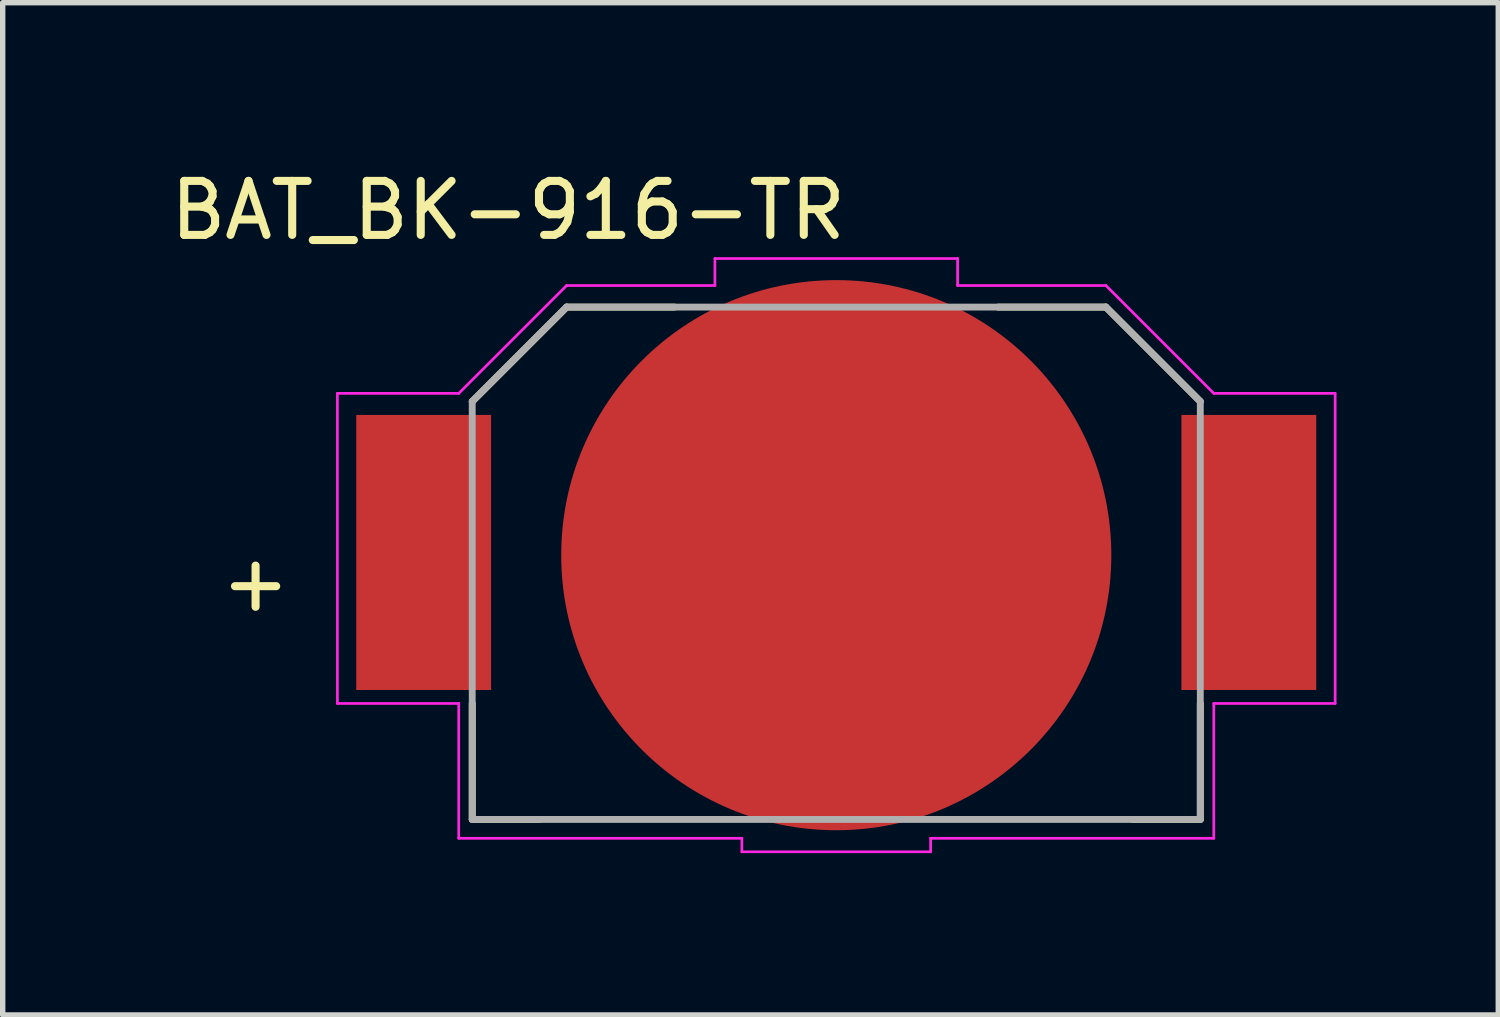
<source format=kicad_pcb>
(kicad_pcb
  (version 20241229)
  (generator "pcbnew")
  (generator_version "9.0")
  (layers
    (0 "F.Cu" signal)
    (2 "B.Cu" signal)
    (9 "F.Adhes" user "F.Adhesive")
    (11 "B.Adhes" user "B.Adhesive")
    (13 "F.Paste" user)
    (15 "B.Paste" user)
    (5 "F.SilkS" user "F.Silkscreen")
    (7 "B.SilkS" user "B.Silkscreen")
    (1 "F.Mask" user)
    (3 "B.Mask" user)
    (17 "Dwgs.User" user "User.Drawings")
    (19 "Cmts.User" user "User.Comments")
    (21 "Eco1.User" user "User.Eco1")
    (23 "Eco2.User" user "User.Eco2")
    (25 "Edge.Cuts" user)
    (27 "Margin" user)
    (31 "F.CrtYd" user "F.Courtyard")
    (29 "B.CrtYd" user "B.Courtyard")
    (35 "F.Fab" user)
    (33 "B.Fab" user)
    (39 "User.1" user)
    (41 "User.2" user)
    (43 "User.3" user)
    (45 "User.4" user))
  (footprint "BAT_BK-916-TR"
    (layer "F.Cu")
    (at 12.456 7.244)
    (property "Reference" "BAT_BK-916-TR" (at -6.084 -6.394 0) (layer "F.SilkS") (effects (font (size 1.001 1.001) (thickness 0.15))))
    (attr smd)
    (fp_line (start -6.75 -2.85) (end -5 -4.6) (stroke (width 0.127) (type solid)) (layer "F.SilkS"))
    (fp_line (start -6.75 2.75) (end -6.75 4.9) (stroke (width 0.127) (type solid)) (layer "F.SilkS"))
    (fp_line (start -6.75 4.9) (end -5.5 4.9) (stroke (width 0.127) (type solid)) (layer "F.SilkS"))
    (fp_line (start -3 -4.6) (end -5 -4.6) (stroke (width 0.127) (type solid)) (layer "F.SilkS"))
    (fp_line (start 3 -4.6) (end 5 -4.6) (stroke (width 0.127) (type solid)) (layer "F.SilkS"))
    (fp_line (start 5 -4.6) (end 6.75 -2.85) (stroke (width 0.127) (type solid)) (layer "F.SilkS"))
    (fp_line (start 6.75 2.75) (end 6.75 4.9) (stroke (width 0.127) (type solid)) (layer "F.SilkS"))
    (fp_line (start 6.75 4.9) (end 5.5 4.9) (stroke (width 0.127) (type solid)) (layer "F.SilkS"))
    (fp_line (start -9.25 -3) (end -9.25 2.75) (stroke (width 0.05) (type solid)) (layer "F.CrtYd"))
    (fp_line (start -9.25 2.75) (end -7 2.75) (stroke (width 0.05) (type solid)) (layer "F.CrtYd"))
    (fp_line (start -7 -3) (end -9.25 -3) (stroke (width 0.05) (type solid)) (layer "F.CrtYd"))
    (fp_line (start -7 2.75) (end -7 5.25) (stroke (width 0.05) (type solid)) (layer "F.CrtYd"))
    (fp_line (start -7 5.25) (end -1.75 5.25) (stroke (width 0.05) (type solid)) (layer "F.CrtYd"))
    (fp_line (start -5 -5) (end -7 -3) (stroke (width 0.05) (type solid)) (layer "F.CrtYd"))
    (fp_line (start -2.25 -5.5) (end -2.25 -5) (stroke (width 0.05) (type solid)) (layer "F.CrtYd"))
    (fp_line (start -2.25 -5) (end -5 -5) (stroke (width 0.05) (type solid)) (layer "F.CrtYd"))
    (fp_line (start -1.75 5.25) (end -1.75 5.5) (stroke (width 0.05) (type solid)) (layer "F.CrtYd"))
    (fp_line (start -1.75 5.5) (end 1.75 5.5) (stroke (width 0.05) (type solid)) (layer "F.CrtYd"))
    (fp_line (start 1.75 5.25) (end 7 5.25) (stroke (width 0.05) (type solid)) (layer "F.CrtYd"))
    (fp_line (start 1.75 5.5) (end 1.75 5.25) (stroke (width 0.05) (type solid)) (layer "F.CrtYd"))
    (fp_line (start 2.25 -5.5) (end -2.25 -5.5) (stroke (width 0.05) (type solid)) (layer "F.CrtYd"))
    (fp_line (start 2.25 -5) (end 2.25 -5.5) (stroke (width 0.05) (type solid)) (layer "F.CrtYd"))
    (fp_line (start 5 -5) (end 2.25 -5) (stroke (width 0.05) (type solid)) (layer "F.CrtYd"))
    (fp_line (start 7 -3) (end 5 -5) (stroke (width 0.05) (type solid)) (layer "F.CrtYd"))
    (fp_line (start 7 2.75) (end 9.25 2.75) (stroke (width 0.05) (type solid)) (layer "F.CrtYd"))
    (fp_line (start 7 5.25) (end 7 2.75) (stroke (width 0.05) (type solid)) (layer "F.CrtYd"))
    (fp_line (start 9.25 -3) (end 7 -3) (stroke (width 0.05) (type solid)) (layer "F.CrtYd"))
    (fp_line (start 9.25 2.75) (end 9.25 -3) (stroke (width 0.05) (type solid)) (layer "F.CrtYd"))
    (fp_line (start -6.75 -2.85) (end -5 -4.6) (stroke (width 0.127) (type solid)) (layer "F.Fab"))
    (fp_line (start -6.75 4.9) (end -6.75 -2.85) (stroke (width 0.127) (type solid)) (layer "F.Fab"))
    (fp_line (start -5 -4.6) (end 5 -4.6) (stroke (width 0.127) (type solid)) (layer "F.Fab"))
    (fp_line (start 5 -4.6) (end 6.75 -2.85) (stroke (width 0.127) (type solid)) (layer "F.Fab"))
    (fp_line (start 6.75 -2.85) (end 6.75 4.9) (stroke (width 0.127) (type solid)) (layer "F.Fab"))
    (fp_line (start 6.75 4.9) (end -6.75 4.9) (stroke (width 0.127) (type solid)) (layer "F.Fab"))
    (fp_text user "+" (at -10.767 0.501 0) (layer "F.SilkS") (effects (font (size 1.002 1.002) (thickness 0.15))))
    (pad "1" smd rect (at -7.65 -0.05) (size 2.5 5.1) (layers "F.Cu" "F.Mask" "F.Paste"))
    (pad "2" smd rect (at 7.65 -0.05) (size 2.5 5.1) (layers "F.Cu" "F.Mask" "F.Paste"))
    (pad "3" smd circle (at 0 0) (size 10.2 10.2) (layers "F.Cu" "F.Mask" "F.Paste")))
  (gr_rect
    (start -3 -3)
    (end 24.731 15.769)
    (stroke (width 0.1) (type default))
    (fill no)
    (layer "Edge.Cuts")))
</source>
